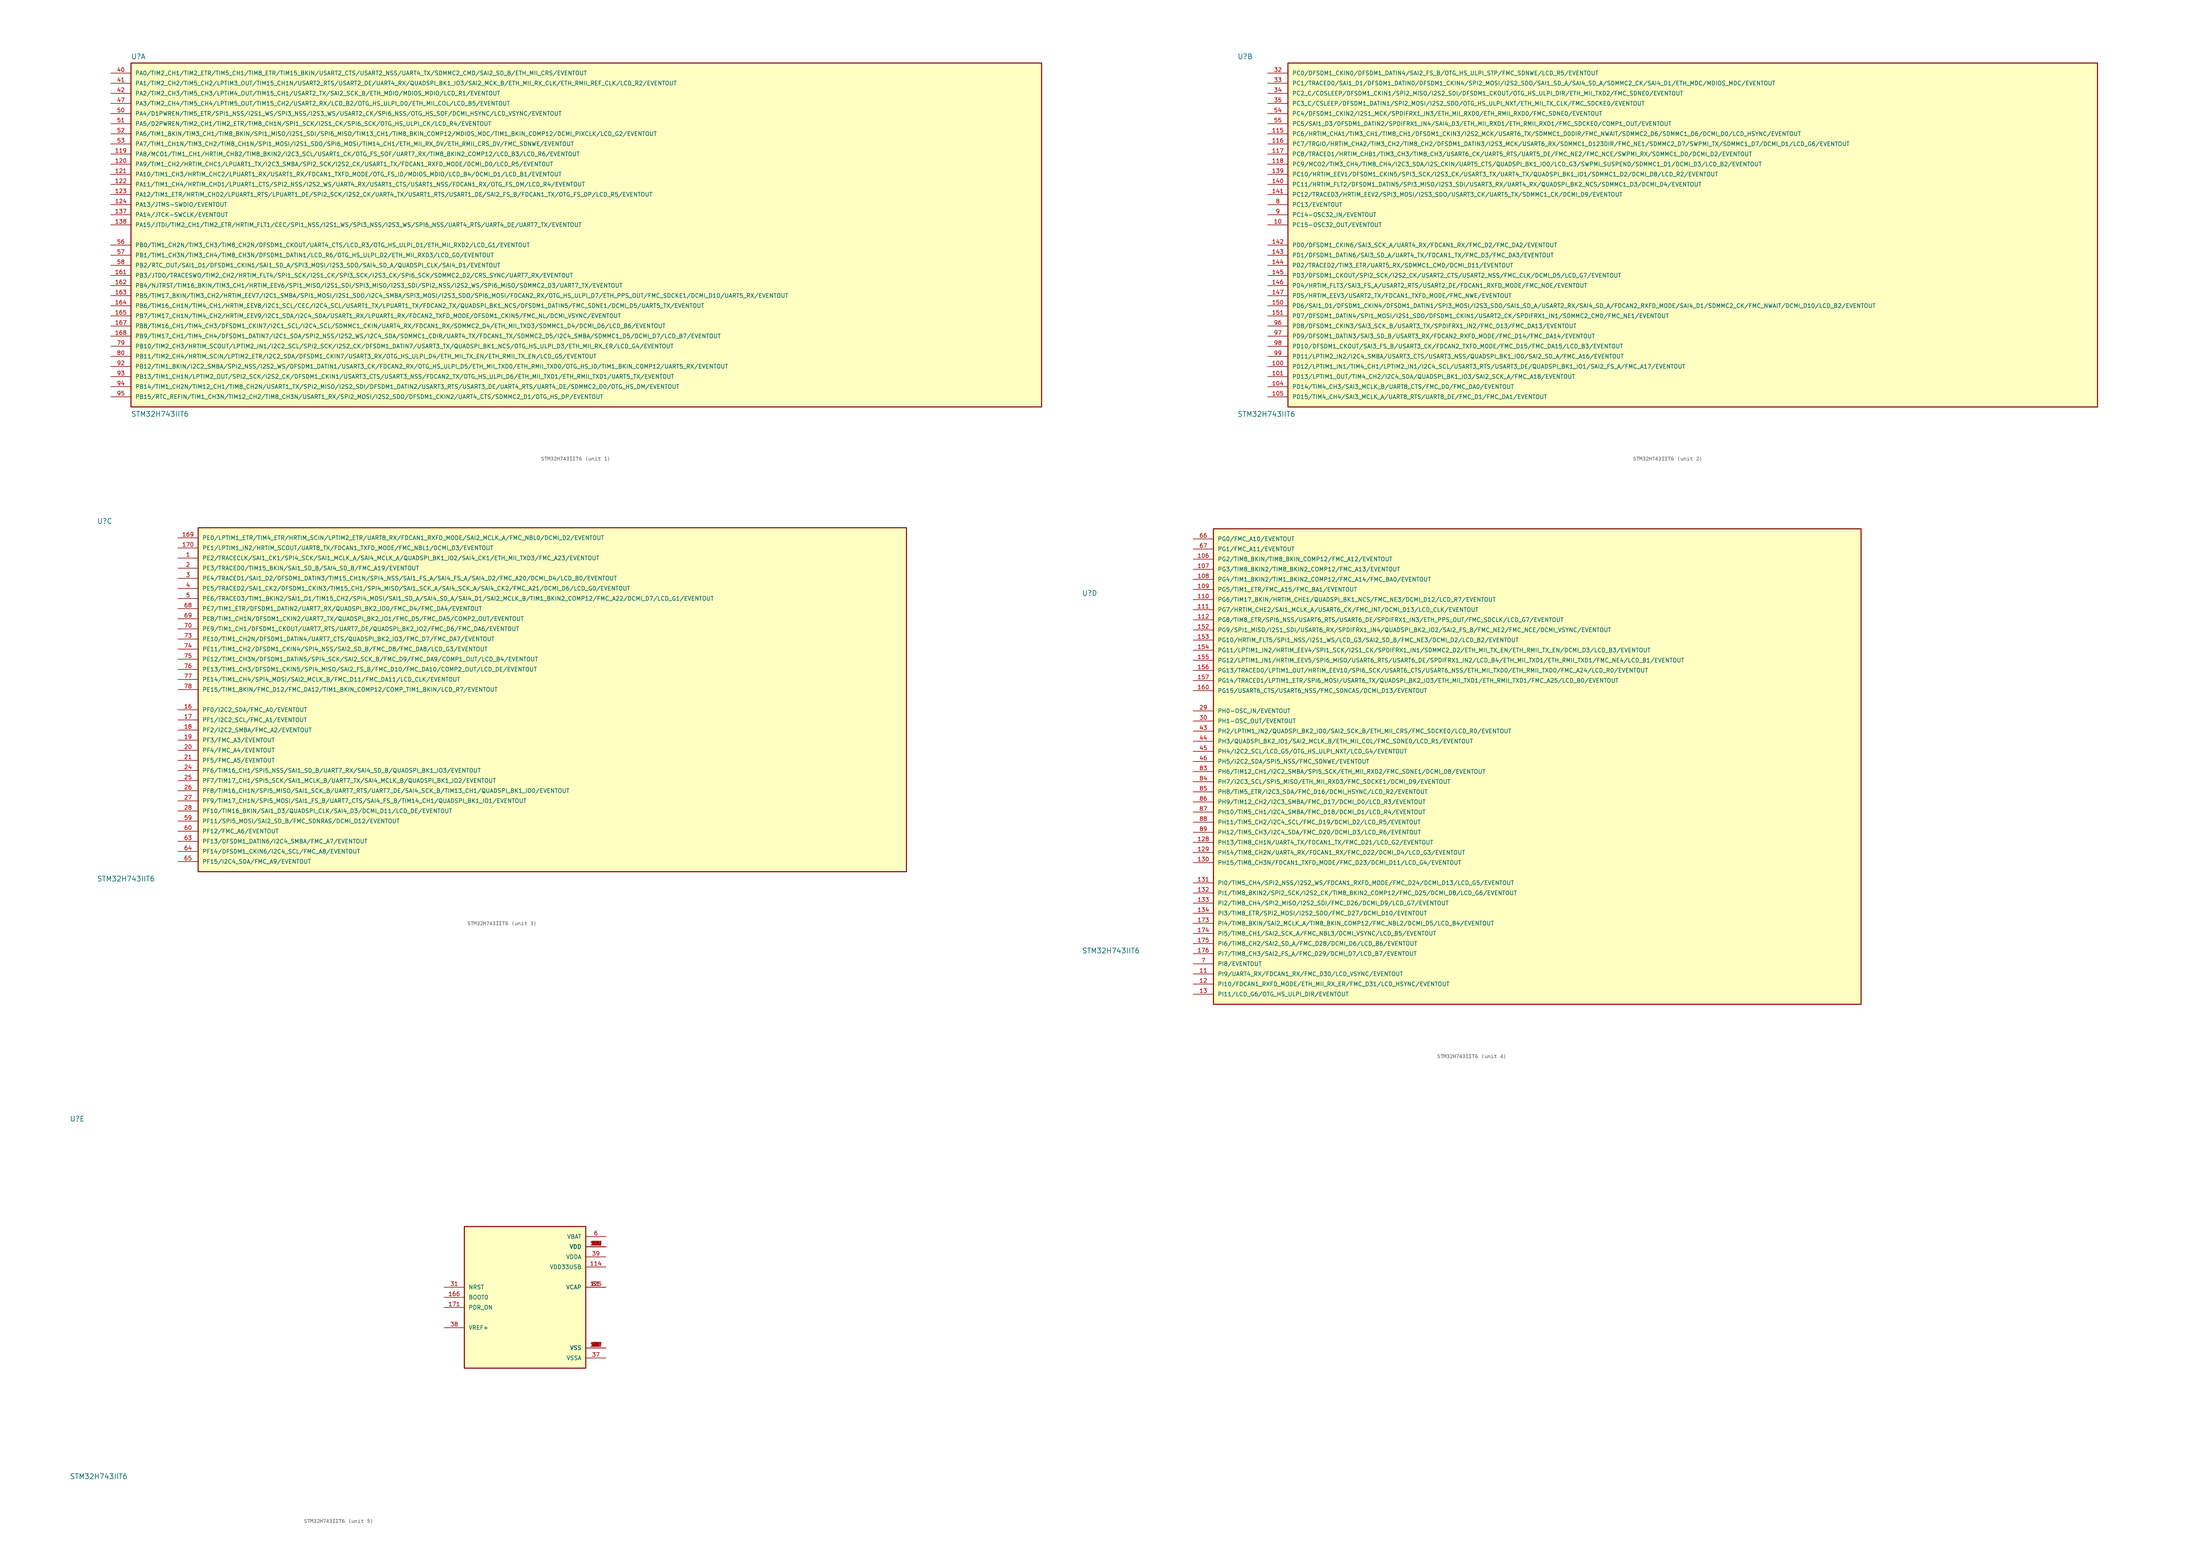
<source format=kicad_sym>
(kicad_symbol_lib
  (version 20211014)
  (generator kicad_symbol_editor)
  (symbol "STM32H743IIT6"
    (pin_names
      (offset 1.016))
    (property "Reference" "U"
      (at -114.3 44.069 0)
      (effects (font (size 1.27 1.27)) (justify bottom left)))
    (property "Value" "STM32H743IIT6"
      (at -114.3 -45.72 0)
      (effects (font (size 1.27 1.27)) (justify bottom left)))
    (symbol "STM32H743IIT6_1_0"
      (rectangle (start -114.3 -43.18) (end 114.3 43.18) (stroke (width 0.254)) (fill (type background)))
      (pin bidirectional line (at -119.38 40.64 0) (length 5.08) (name "PA0/TIM2_CH1/TIM2_ETR/TIM5_CH1/TIM8_ETR/TIM15_BKIN/USART2_CTS/USART2_NSS/UART4_TX/SDMMC2_CMD/SAI2_SD_B/ETH_MII_CRS/EVENTOUT" (effects (font (size 1.016 1.016)))) (number "40" (effects (font (size 1.016 1.016)))))
      (pin bidirectional line (at -119.38 38.1 0) (length 5.08) (name "PA1/TIM2_CH2/TIM5_CH2/LPTIM3_OUT/TIM15_CH1N/USART2_RTS/USART2_DE/UART4_RX/QUADSPI_BK1_IO3/SAI2_MCK_B/ETH_MII_RX_CLK/ETH_RMII_REF_CLK/LCD_R2/EVENTOUT" (effects (font (size 1.016 1.016)))) (number "41" (effects (font (size 1.016 1.016)))))
      (pin bidirectional line (at -119.38 35.56 0) (length 5.08) (name "PA2/TIM2_CH3/TIM5_CH3/LPTIM4_OUT/TIM15_CH1/USART2_TX/SAI2_SCK_B/ETH_MDIO/MDIOS_MDIO/LCD_R1/EVENTOUT" (effects (font (size 1.016 1.016)))) (number "42" (effects (font (size 1.016 1.016)))))
      (pin bidirectional line (at -119.38 33.02 0) (length 5.08) (name "PA3/TIM2_CH4/TIM5_CH4/LPTIM5_OUT/TIM15_CH2/USART2_RX/LCD_B2/OTG_HS_ULPI_D0/ETH_MII_COL/LCD_B5/EVENTOUT" (effects (font (size 1.016 1.016)))) (number "47" (effects (font (size 1.016 1.016)))))
      (pin bidirectional line (at -119.38 30.48 0) (length 5.08) (name "PA4/D1PWREN/TIM5_ETR/SPI1_NSS/I2S1_WS/SPI3_NSS/I2S3_WS/USART2_CK/SPI6_NSS/OTG_HS_SOF/DCMI_HSYNC/LCD_VSYNC/EVENTOUT" (effects (font (size 1.016 1.016)))) (number "50" (effects (font (size 1.016 1.016)))))
      (pin bidirectional line (at -119.38 27.94 0) (length 5.08) (name "PA5/D2PWREN/TIM2_CH1/TIM2_ETR/TIM8_CH1N/SPI1_SCK/I2S1_CK/SPI6_SCK/OTG_HS_ULPI_CK/LCD_R4/EVENTOUT" (effects (font (size 1.016 1.016)))) (number "51" (effects (font (size 1.016 1.016)))))
      (pin bidirectional line (at -119.38 25.4 0) (length 5.08) (name "PA6/TIM1_BKIN/TIM3_CH1/TIM8_BKIN/SPI1_MISO/I2S1_SDI/SPI6_MISO/TIM13_CH1/TIM8_BKIN_COMP12/MDIOS_MDC/TIM1_BKIN_COMP12/DCMI_PIXCLK/LCD_G2/EVENTOUT" (effects (font (size 1.016 1.016)))) (number "52" (effects (font (size 1.016 1.016)))))
      (pin bidirectional line (at -119.38 22.86 0) (length 5.08) (name "PA7/TIM1_CH1N/TIM3_CH2/TIM8_CH1N/SPI1_MOSI/I2S1_SDO/SPI6_MOSI/TIM14_CH1/ETH_MII_RX_DV/ETH_RMII_CRS_DV/FMC_SDNWE/EVENTOUT" (effects (font (size 1.016 1.016)))) (number "53" (effects (font (size 1.016 1.016)))))
      (pin bidirectional line (at -119.38 20.32 0) (length 5.08) (name "PA8/MCO1/TIM1_CH1/HRTIM_CHB2/TIM8_BKIN2/I2C3_SCL/USART1_CK/OTG_FS_SOF/UART7_RX/TIM8_BKIN2_COMP12/LCD_B3/LCD_R6/EVENTOUT" (effects (font (size 1.016 1.016)))) (number "119" (effects (font (size 1.016 1.016)))))
      (pin bidirectional line (at -119.38 17.78 0) (length 5.08) (name "PA9/TIM1_CH2/HRTIM_CHC1/LPUART1_TX/I2C3_SMBA/SPI2_SCK/I2S2_CK/USART1_TX/FDCAN1_RXFD_MODE/DCMI_D0/LCD_R5/EVENTOUT" (effects (font (size 1.016 1.016)))) (number "120" (effects (font (size 1.016 1.016)))))
      (pin bidirectional line (at -119.38 15.24 0) (length 5.08) (name "PA10/TIM1_CH3/HRTIM_CHC2/LPUART1_RX/USART1_RX/FDCAN1_TXFD_MODE/OTG_FS_ID/MDIOS_MDIO/LCD_B4/DCMI_D1/LCD_B1/EVENTOUT" (effects (font (size 1.016 1.016)))) (number "121" (effects (font (size 1.016 1.016)))))
      (pin bidirectional line (at -119.38 12.7 0) (length 5.08) (name "PA11/TIM1_CH4/HRTIM_CHD1/LPUART1_CTS/SPI2_NSS/I2S2_WS/UART4_RX/USART1_CTS/USART1_NSS/FDCAN1_RX/OTG_FS_DM/LCD_R4/EVENTOUT" (effects (font (size 1.016 1.016)))) (number "122" (effects (font (size 1.016 1.016)))))
      (pin bidirectional line (at -119.38 10.16 0) (length 5.08) (name "PA12/TIM1_ETR/HRTIM_CHD2/LPUART1_RTS/LPUART1_DE/SPI2_SCK/I2S2_CK/UART4_TX/USART1_RTS/USART1_DE/SAI2_FS_B/FDCAN1_TX/OTG_FS_DP/LCD_R5/EVENTOUT" (effects (font (size 1.016 1.016)))) (number "123" (effects (font (size 1.016 1.016)))))
      (pin bidirectional line (at -119.38 7.62 0) (length 5.08) (name "PA13/JTMS-SWDIO/EVENTOUT" (effects (font (size 1.016 1.016)))) (number "124" (effects (font (size 1.016 1.016)))))
      (pin bidirectional line (at -119.38 5.08 0) (length 5.08) (name "PA14/JTCK-SWCLK/EVENTOUT" (effects (font (size 1.016 1.016)))) (number "137" (effects (font (size 1.016 1.016)))))
      (pin bidirectional line (at -119.38 2.54 0) (length 5.08) (name "PA15/JTDI/TIM2_CH1/TIM2_ETR/HRTIM_FLT1/CEC/SPI1_NSS/I2S1_WS/SPI3_NSS/I2S3_WS/SPI6_NSS/UART4_RTS/UART4_DE/UART7_TX/EVENTOUT" (effects (font (size 1.016 1.016)))) (number "138" (effects (font (size 1.016 1.016)))))
      (pin bidirectional line (at -119.38 -2.54 0) (length 5.08) (name "PB0/TIM1_CH2N/TIM3_CH3/TIM8_CH2N/DFSDM1_CKOUT/UART4_CTS/LCD_R3/OTG_HS_ULPI_D1/ETH_MII_RXD2/LCD_G1/EVENTOUT" (effects (font (size 1.016 1.016)))) (number "56" (effects (font (size 1.016 1.016)))))
      (pin bidirectional line (at -119.38 -5.08 0) (length 5.08) (name "PB1/TIM1_CH3N/TIM3_CH4/TIM8_CH3N/DFSDM1_DATIN1/LCD_R6/OTG_HS_ULPI_D2/ETH_MII_RXD3/LCD_G0/EVENTOUT" (effects (font (size 1.016 1.016)))) (number "57" (effects (font (size 1.016 1.016)))))
      (pin bidirectional line (at -119.38 -7.62 0) (length 5.08) (name "PB2/RTC_OUT/SAI1_D1/DFSDM1_CKIN1/SAI1_SD_A/SPI3_MOSI/I2S3_SDO/SAI4_SD_A/QUADSPI_CLK/SAI4_D1/EVENTOUT" (effects (font (size 1.016 1.016)))) (number "58" (effects (font (size 1.016 1.016)))))
      (pin bidirectional line (at -119.38 -27.94 0) (length 5.08) (name "PB10/TIM2_CH3/HRTIM_SCOUT/LPTIM2_IN1/I2C2_SCL/SPI2_SCK/I2S2_CK/DFSDM1_DATIN7/USART3_TX/QUADSPI_BK1_NCS/OTG_HS_ULPI_D3/ETH_MII_RX_ER/LCD_G4/EVENTOUT" (effects (font (size 1.016 1.016)))) (number "79" (effects (font (size 1.016 1.016)))))
      (pin bidirectional line (at -119.38 -30.48 0) (length 5.08) (name "PB11/TIM2_CH4/HRTIM_SCIN/LPTIM2_ETR/I2C2_SDA/DFSDM1_CKIN7/USART3_RX/OTG_HS_ULPI_D4/ETH_MII_TX_EN/ETH_RMII_TX_EN/LCD_G5/EVENTOUT" (effects (font (size 1.016 1.016)))) (number "80" (effects (font (size 1.016 1.016)))))
      (pin bidirectional line (at -119.38 -33.02 0) (length 5.08) (name "PB12/TIM1_BKIN/I2C2_SMBA/SPI2_NSS/I2S2_WS/DFSDM1_DATIN1/USART3_CK/FDCAN2_RX/OTG_HS_ULPI_D5/ETH_MII_TXD0/ETH_RMII_TXD0/OTG_HS_ID/TIM1_BKIN_COMP12/UART5_RX/EVENTOUT" (effects (font (size 1.016 1.016)))) (number "92" (effects (font (size 1.016 1.016)))))
      (pin bidirectional line (at -119.38 -35.56 0) (length 5.08) (name "PB13/TIM1_CH1N/LPTIM2_OUT/SPI2_SCK/I2S2_CK/DFSDM1_CKIN1/USART3_CTS/USART3_NSS/FDCAN2_TX/OTG_HS_ULPI_D6/ETH_MII_TXD1/ETH_RMII_TXD1/UART5_TX/EVENTOUT" (effects (font (size 1.016 1.016)))) (number "93" (effects (font (size 1.016 1.016)))))
      (pin bidirectional line (at -119.38 -38.1 0) (length 5.08) (name "PB14/TIM1_CH2N/TIM12_CH1/TIM8_CH2N/USART1_TX/SPI2_MISO/I2S2_SDI/DFSDM1_DATIN2/USART3_RTS/USART3_DE/UART4_RTS/UART4_DE/SDMMC2_D0/OTG_HS_DM/EVENTOUT" (effects (font (size 1.016 1.016)))) (number "94" (effects (font (size 1.016 1.016)))))
      (pin bidirectional line (at -119.38 -40.64 0) (length 5.08) (name "PB15/RTC_REFIN/TIM1_CH3N/TIM12_CH2/TIM8_CH3N/USART1_RX/SPI2_MOSI/I2S2_SDO/DFSDM1_CKIN2/UART4_CTS/SDMMC2_D1/OTG_HS_DP/EVENTOUT" (effects (font (size 1.016 1.016)))) (number "95" (effects (font (size 1.016 1.016)))))
      (pin bidirectional line (at -119.38 -15.24 0) (length 5.08) (name "PB5/TIM17_BKIN/TIM3_CH2/HRTIM_EEV7/I2C1_SMBA/SPI1_MOSI/I2S1_SDO/I2C4_SMBA/SPI3_MOSI/I2S3_SDO/SPI6_MOSI/FDCAN2_RX/OTG_HS_ULPI_D7/ETH_PPS_OUT/FMC_SDCKE1/DCMI_D10/UART5_RX/EVENTOUT" (effects (font (size 1.016 1.016)))) (number "163" (effects (font (size 1.016 1.016)))))
      (pin bidirectional line (at -119.38 -17.78 0) (length 5.08) (name "PB6/TIM16_CH1N/TIM4_CH1/HRTIM_EEV8/I2C1_SCL/CEC/I2C4_SCL/USART1_TX/LPUART1_TX/FDCAN2_TX/QUADSPI_BK1_NCS/DFSDM1_DATIN5/FMC_SDNE1/DCMI_D5/UART5_TX/EVENTOUT" (effects (font (size 1.016 1.016)))) (number "164" (effects (font (size 1.016 1.016)))))
      (pin bidirectional line (at -119.38 -20.32 0) (length 5.08) (name "PB7/TIM17_CH1N/TIM4_CH2/HRTIM_EEV9/I2C1_SDA/I2C4_SDA/USART1_RX/LPUART1_RX/FDCAN2_TXFD_MODE/DFSDM1_CKIN5/FMC_NL/DCMI_VSYNC/EVENTOUT" (effects (font (size 1.016 1.016)))) (number "165" (effects (font (size 1.016 1.016)))))
      (pin bidirectional line (at -119.38 -22.86 0) (length 5.08) (name "PB8/TIM16_CH1/TIM4_CH3/DFSDM1_CKIN7/I2C1_SCL/I2C4_SCL/SDMMC1_CKIN/UART4_RX/FDCAN1_RX/SDMMC2_D4/ETH_MII_TXD3/SDMMC1_D4/DCMI_D6/LCD_B6/EVENTOUT" (effects (font (size 1.016 1.016)))) (number "167" (effects (font (size 1.016 1.016)))))
      (pin bidirectional line (at -119.38 -25.4 0) (length 5.08) (name "PB9/TIM17_CH1/TIM4_CH4/DFSDM1_DATIN7/I2C1_SDA/SPI2_NSS/I2S2_WS/I2C4_SDA/SDMMC1_CDIR/UART4_TX/FDCAN1_TX/SDMMC2_D5/I2C4_SMBA/SDMMC1_D5/DCMI_D7/LCD_B7/EVENTOUT" (effects (font (size 1.016 1.016)))) (number "168" (effects (font (size 1.016 1.016)))))
      (pin bidirectional line (at -119.38 -10.16 0) (length 5.08) (name "PB3/JTDO/TRACESWO/TIM2_CH2/HRTIM_FLT4/SPI1_SCK/I2S1_CK/SPI3_SCK/I2S3_CK/SPI6_SCK/SDMMC2_D2/CRS_SYNC/UART7_RX/EVENTOUT" (effects (font (size 1.016 1.016)))) (number "161" (effects (font (size 1.016 1.016)))))
      (pin bidirectional line (at -119.38 -12.7 0) (length 5.08) (name "PB4/NJTRST/TIM16_BKIN/TIM3_CH1/HRTIM_EEV6/SPI1_MISO/I2S1_SDI/SPI3_MISO/I2S3_SDI/SPI2_NSS/I2S2_WS/SPI6_MISO/SDMMC2_D3/UART7_TX/EVENTOUT" (effects (font (size 1.016 1.016)))) (number "162" (effects (font (size 1.016 1.016))))))
    (symbol "STM32H743IIT6_2_0"
      (rectangle (start -101.6 -43.18) (end 101.6 43.18) (stroke (width 0.254)) (fill (type background)))
      (pin bidirectional line (at -106.68 7.62 0) (length 5.08) (name "PC13/EVENTOUT" (effects (font (size 1.016 1.016)))) (number "8" (effects (font (size 1.016 1.016)))))
      (pin bidirectional line (at -106.68 5.08 0) (length 5.08) (name "PC14-OSC32_IN/EVENTOUT" (effects (font (size 1.016 1.016)))) (number "9" (effects (font (size 1.016 1.016)))))
      (pin bidirectional line (at -106.68 2.54 0) (length 5.08) (name "PC15-OSC32_OUT/EVENTOUT" (effects (font (size 1.016 1.016)))) (number "10" (effects (font (size 1.016 1.016)))))
      (pin bidirectional line (at -106.68 40.64 0) (length 5.08) (name "PC0/DFSDM1_CKIN0/DFSDM1_DATIN4/SAI2_FS_B/OTG_HS_ULPI_STP/FMC_SDNWE/LCD_R5/EVENTOUT" (effects (font (size 1.016 1.016)))) (number "32" (effects (font (size 1.016 1.016)))))
      (pin bidirectional line (at -106.68 38.1 0) (length 5.08) (name "PC1/TRACED0/SAI1_D1/DFSDM1_DATIN0/DFSDM1_CKIN4/SPI2_MOSI/I2S2_SDO/SAI1_SD_A/SAI4_SD_A/SDMMC2_CK/SAI4_D1/ETH_MDC/MDIOS_MDC/EVENTOUT" (effects (font (size 1.016 1.016)))) (number "33" (effects (font (size 1.016 1.016)))))
      (pin bidirectional line (at -106.68 35.56 0) (length 5.08) (name "PC2_C/CDSLEEP/DFSDM1_CKIN1/SPI2_MISO/I2S2_SDI/DFSDM1_CKOUT/OTG_HS_ULPI_DIR/ETH_MII_TXD2/FMC_SDNE0/EVENTOUT" (effects (font (size 1.016 1.016)))) (number "34" (effects (font (size 1.016 1.016)))))
      (pin bidirectional line (at -106.68 33.02 0) (length 5.08) (name "PC3_C/CSLEEP/DFSDM1_DATIN1/SPI2_MOSI/I2S2_SDO/OTG_HS_ULPI_NXT/ETH_MII_TX_CLK/FMC_SDCKE0/EVENTOUT" (effects (font (size 1.016 1.016)))) (number "35" (effects (font (size 1.016 1.016)))))
      (pin bidirectional line (at -106.68 30.48 0) (length 5.08) (name "PC4/DFSDM1_CKIN2/I2S1_MCK/SPDIFRX1_IN3/ETH_MII_RXD0/ETH_RMII_RXD0/FMC_SDNE0/EVENTOUT" (effects (font (size 1.016 1.016)))) (number "54" (effects (font (size 1.016 1.016)))))
      (pin bidirectional line (at -106.68 27.94 0) (length 5.08) (name "PC5/SAI1_D3/DFSDM1_DATIN2/SPDIFRX1_IN4/SAI4_D3/ETH_MII_RXD1/ETH_RMII_RXD1/FMC_SDCKE0/COMP1_OUT/EVENTOUT" (effects (font (size 1.016 1.016)))) (number "55" (effects (font (size 1.016 1.016)))))
      (pin bidirectional line (at -106.68 25.4 0) (length 5.08) (name "PC6/HRTIM_CHA1/TIM3_CH1/TIM8_CH1/DFSDM1_CKIN3/I2S2_MCK/USART6_TX/SDMMC1_D0DIR/FMC_NWAIT/SDMMC2_D6/SDMMC1_D6/DCMI_D0/LCD_HSYNC/EVENTOUT" (effects (font (size 1.016 1.016)))) (number "115" (effects (font (size 1.016 1.016)))))
      (pin bidirectional line (at -106.68 22.86 0) (length 5.08) (name "PC7/TRGIO/HRTIM_CHA2/TIM3_CH2/TIM8_CH2/DFSDM1_DATIN3/I2S3_MCK/USART6_RX/SDMMC1_D123DIR/FMC_NE1/SDMMC2_D7/SWPMI_TX/SDMMC1_D7/DCMI_D1/LCD_G6/EVENTOUT" (effects (font (size 1.016 1.016)))) (number "116" (effects (font (size 1.016 1.016)))))
      (pin bidirectional line (at -106.68 20.32 0) (length 5.08) (name "PC8/TRACED1/HRTIM_CHB1/TIM3_CH3/TIM8_CH3/USART6_CK/UART5_RTS/UART5_DE/FMC_NE2/FMC_NCE/SWPMI_RX/SDMMC1_D0/DCMI_D2/EVENTOUT" (effects (font (size 1.016 1.016)))) (number "117" (effects (font (size 1.016 1.016)))))
      (pin bidirectional line (at -106.68 17.78 0) (length 5.08) (name "PC9/MCO2/TIM3_CH4/TIM8_CH4/I2C3_SDA/I2S_CKIN/UART5_CTS/QUADSPI_BK1_IO0/LCD_G3/SWPMI_SUSPEND/SDMMC1_D1/DCMI_D3/LCD_B2/EVENTOUT" (effects (font (size 1.016 1.016)))) (number "118" (effects (font (size 1.016 1.016)))))
      (pin bidirectional line (at -106.68 15.24 0) (length 5.08) (name "PC10/HRTIM_EEV1/DFSDM1_CKIN5/SPI3_SCK/I2S3_CK/USART3_TX/UART4_TX/QUADSPI_BK1_IO1/SDMMC1_D2/DCMI_D8/LCD_R2/EVENTOUT" (effects (font (size 1.016 1.016)))) (number "139" (effects (font (size 1.016 1.016)))))
      (pin bidirectional line (at -106.68 12.7 0) (length 5.08) (name "PC11/HRTIM_FLT2/DFSDM1_DATIN5/SPI3_MISO/I2S3_SDI/USART3_RX/UART4_RX/QUADSPI_BK2_NCS/SDMMC1_D3/DCMI_D4/EVENTOUT" (effects (font (size 1.016 1.016)))) (number "140" (effects (font (size 1.016 1.016)))))
      (pin bidirectional line (at -106.68 10.16 0) (length 5.08) (name "PC12/TRACED3/HRTIM_EEV2/SPI3_MOSI/I2S3_SDO/USART3_CK/UART5_TX/SDMMC1_CK/DCMI_D9/EVENTOUT" (effects (font (size 1.016 1.016)))) (number "141" (effects (font (size 1.016 1.016)))))
      (pin bidirectional line (at -106.68 -22.86 0) (length 5.08) (name "PD8/DFSDM1_CKIN3/SAI3_SCK_B/USART3_TX/SPDIFRX1_IN2/FMC_D13/FMC_DA13/EVENTOUT" (effects (font (size 1.016 1.016)))) (number "96" (effects (font (size 1.016 1.016)))))
      (pin bidirectional line (at -106.68 -25.4 0) (length 5.08) (name "PD9/DFSDM1_DATIN3/SAI3_SD_B/USART3_RX/FDCAN2_RXFD_MODE/FMC_D14/FMC_DA14/EVENTOUT" (effects (font (size 1.016 1.016)))) (number "97" (effects (font (size 1.016 1.016)))))
      (pin bidirectional line (at -106.68 -27.94 0) (length 5.08) (name "PD10/DFSDM1_CKOUT/SAI3_FS_B/USART3_CK/FDCAN2_TXFD_MODE/FMC_D15/FMC_DA15/LCD_B3/EVENTOUT" (effects (font (size 1.016 1.016)))) (number "98" (effects (font (size 1.016 1.016)))))
      (pin bidirectional line (at -106.68 -30.48 0) (length 5.08) (name "PD11/LPTIM2_IN2/I2C4_SMBA/USART3_CTS/USART3_NSS/QUADSPI_BK1_IO0/SAI2_SD_A/FMC_A16/EVENTOUT" (effects (font (size 1.016 1.016)))) (number "99" (effects (font (size 1.016 1.016)))))
      (pin bidirectional line (at -106.68 -33.02 0) (length 5.08) (name "PD12/LPTIM1_IN1/TIM4_CH1/LPTIM2_IN1/I2C4_SCL/USART3_RTS/USART3_DE/QUADSPI_BK1_IO1/SAI2_FS_A/FMC_A17/EVENTOUT" (effects (font (size 1.016 1.016)))) (number "100" (effects (font (size 1.016 1.016)))))
      (pin bidirectional line (at -106.68 -35.56 0) (length 5.08) (name "PD13/LPTIM1_OUT/TIM4_CH2/I2C4_SDA/QUADSPI_BK1_IO3/SAI2_SCK_A/FMC_A18/EVENTOUT" (effects (font (size 1.016 1.016)))) (number "101" (effects (font (size 1.016 1.016)))))
      (pin bidirectional line (at -106.68 -38.1 0) (length 5.08) (name "PD14/TIM4_CH3/SAI3_MCLK_B/UART8_CTS/FMC_D0/FMC_DA0/EVENTOUT" (effects (font (size 1.016 1.016)))) (number "104" (effects (font (size 1.016 1.016)))))
      (pin bidirectional line (at -106.68 -40.64 0) (length 5.08) (name "PD15/TIM4_CH4/SAI3_MCLK_A/UART8_RTS/UART8_DE/FMC_D1/FMC_DA1/EVENTOUT" (effects (font (size 1.016 1.016)))) (number "105" (effects (font (size 1.016 1.016)))))
      (pin bidirectional line (at -106.68 -2.54 0) (length 5.08) (name "PD0/DFSDM1_CKIN6/SAI3_SCK_A/UART4_RX/FDCAN1_RX/FMC_D2/FMC_DA2/EVENTOUT" (effects (font (size 1.016 1.016)))) (number "142" (effects (font (size 1.016 1.016)))))
      (pin bidirectional line (at -106.68 -5.08 0) (length 5.08) (name "PD1/DFSDM1_DATIN6/SAI3_SD_A/UART4_TX/FDCAN1_TX/FMC_D3/FMC_DA3/EVENTOUT" (effects (font (size 1.016 1.016)))) (number "143" (effects (font (size 1.016 1.016)))))
      (pin bidirectional line (at -106.68 -7.62 0) (length 5.08) (name "PD2/TRACED2/TIM3_ETR/UART5_RX/SDMMC1_CMD/DCMI_D11/EVENTOUT" (effects (font (size 1.016 1.016)))) (number "144" (effects (font (size 1.016 1.016)))))
      (pin bidirectional line (at -106.68 -10.16 0) (length 5.08) (name "PD3/DFSDM1_CKOUT/SPI2_SCK/I2S2_CK/USART2_CTS/USART2_NSS/FMC_CLK/DCMI_D5/LCD_G7/EVENTOUT" (effects (font (size 1.016 1.016)))) (number "145" (effects (font (size 1.016 1.016)))))
      (pin bidirectional line (at -106.68 -12.7 0) (length 5.08) (name "PD4/HRTIM_FLT3/SAI3_FS_A/USART2_RTS/USART2_DE/FDCAN1_RXFD_MODE/FMC_NOE/EVENTOUT" (effects (font (size 1.016 1.016)))) (number "146" (effects (font (size 1.016 1.016)))))
      (pin bidirectional line (at -106.68 -15.24 0) (length 5.08) (name "PD5/HRTIM_EEV3/USART2_TX/FDCAN1_TXFD_MODE/FMC_NWE/EVENTOUT" (effects (font (size 1.016 1.016)))) (number "147" (effects (font (size 1.016 1.016)))))
      (pin bidirectional line (at -106.68 -17.78 0) (length 5.08) (name "PD6/SAI1_D1/DFSDM1_CKIN4/DFSDM1_DATIN1/SPI3_MOSI/I2S3_SDO/SAI1_SD_A/USART2_RX/SAI4_SD_A/FDCAN2_RXFD_MODE/SAI4_D1/SDMMC2_CK/FMC_NWAIT/DCMI_D10/LCD_B2/EVENTOUT" (effects (font (size 1.016 1.016)))) (number "150" (effects (font (size 1.016 1.016)))))
      (pin bidirectional line (at -106.68 -20.32 0) (length 5.08) (name "PD7/DFSDM1_DATIN4/SPI1_MOSI/I2S1_SDO/DFSDM1_CKIN1/USART2_CK/SPDIFRX1_IN1/SDMMC2_CMD/FMC_NE1/EVENTOUT" (effects (font (size 1.016 1.016)))) (number "151" (effects (font (size 1.016 1.016))))))
    (symbol "STM32H743IIT6_3_0"
      (rectangle (start -88.9 -43.18) (end 88.9 43.18) (stroke (width 0.254)) (fill (type background)))
      (pin bidirectional line (at -93.98 35.56 0) (length 5.08) (name "PE2/TRACECLK/SAI1_CK1/SPI4_SCK/SAI1_MCLK_A/SAI4_MCLK_A/QUADSPI_BK1_IO2/SAI4_CK1/ETH_MII_TXD3/FMC_A23/EVENTOUT" (effects (font (size 1.016 1.016)))) (number "1" (effects (font (size 1.016 1.016)))))
      (pin bidirectional line (at -93.98 33.02 0) (length 5.08) (name "PE3/TRACED0/TIM15_BKIN/SAI1_SD_B/SAI4_SD_B/FMC_A19/EVENTOUT" (effects (font (size 1.016 1.016)))) (number "2" (effects (font (size 1.016 1.016)))))
      (pin bidirectional line (at -93.98 30.48 0) (length 5.08) (name "PE4/TRACED1/SAI1_D2/DFSDM1_DATIN3/TIM15_CH1N/SPI4_NSS/SAI1_FS_A/SAI4_FS_A/SAI4_D2/FMC_A20/DCMI_D4/LCD_B0/EVENTOUT" (effects (font (size 1.016 1.016)))) (number "3" (effects (font (size 1.016 1.016)))))
      (pin bidirectional line (at -93.98 27.94 0) (length 5.08) (name "PE5/TRACED2/SAI1_CK2/DFSDM1_CKIN3/TIM15_CH1/SPI4_MISO/SAI1_SCK_A/SAI4_SCK_A/SAI4_CK2/FMC_A21/DCMI_D6/LCD_G0/EVENTOUT" (effects (font (size 1.016 1.016)))) (number "4" (effects (font (size 1.016 1.016)))))
      (pin bidirectional line (at -93.98 25.4 0) (length 5.08) (name "PE6/TRACED3/TIM1_BKIN2/SAI1_D1/TIM15_CH2/SPI4_MOSI/SAI1_SD_A/SAI4_SD_A/SAI4_D1/SAI2_MCLK_B/TIM1_BKIN2_COMP12/FMC_A22/DCMI_D7/LCD_G1/EVENTOUT" (effects (font (size 1.016 1.016)))) (number "5" (effects (font (size 1.016 1.016)))))
      (pin bidirectional line (at -93.98 22.86 0) (length 5.08) (name "PE7/TIM1_ETR/DFSDM1_DATIN2/UART7_RX/QUADSPI_BK2_IO0/FMC_D4/FMC_DA4/EVENTOUT" (effects (font (size 1.016 1.016)))) (number "68" (effects (font (size 1.016 1.016)))))
      (pin bidirectional line (at -93.98 20.32 0) (length 5.08) (name "PE8/TIM1_CH1N/DFSDM1_CKIN2/UART7_TX/QUADSPI_BK2_IO1/FMC_D5/FMC_DA5/COMP2_OUT/EVENTOUT" (effects (font (size 1.016 1.016)))) (number "69" (effects (font (size 1.016 1.016)))))
      (pin bidirectional line (at -93.98 17.78 0) (length 5.08) (name "PE9/TIM1_CH1/DFSDM1_CKOUT/UART7_RTS/UART7_DE/QUADSPI_BK2_IO2/FMC_D6/FMC_DA6/EVENTOUT" (effects (font (size 1.016 1.016)))) (number "70" (effects (font (size 1.016 1.016)))))
      (pin bidirectional line (at -93.98 15.24 0) (length 5.08) (name "PE10/TIM1_CH2N/DFSDM1_DATIN4/UART7_CTS/QUADSPI_BK2_IO3/FMC_D7/FMC_DA7/EVENTOUT" (effects (font (size 1.016 1.016)))) (number "73" (effects (font (size 1.016 1.016)))))
      (pin bidirectional line (at -93.98 12.7 0) (length 5.08) (name "PE11/TIM1_CH2/DFSDM1_CKIN4/SPI4_NSS/SAI2_SD_B/FMC_D8/FMC_DA8/LCD_G3/EVENTOUT" (effects (font (size 1.016 1.016)))) (number "74" (effects (font (size 1.016 1.016)))))
      (pin bidirectional line (at -93.98 10.16 0) (length 5.08) (name "PE12/TIM1_CH3N/DFSDM1_DATIN5/SPI4_SCK/SAI2_SCK_B/FMC_D9/FMC_DA9/COMP1_OUT/LCD_B4/EVENTOUT" (effects (font (size 1.016 1.016)))) (number "75" (effects (font (size 1.016 1.016)))))
      (pin bidirectional line (at -93.98 7.62 0) (length 5.08) (name "PE13/TIM1_CH3/DFSDM1_CKIN5/SPI4_MISO/SAI2_FS_B/FMC_D10/FMC_DA10/COMP2_OUT/LCD_DE/EVENTOUT" (effects (font (size 1.016 1.016)))) (number "76" (effects (font (size 1.016 1.016)))))
      (pin bidirectional line (at -93.98 5.08 0) (length 5.08) (name "PE14/TIM1_CH4/SPI4_MOSI/SAI2_MCLK_B/FMC_D11/FMC_DA11/LCD_CLK/EVENTOUT" (effects (font (size 1.016 1.016)))) (number "77" (effects (font (size 1.016 1.016)))))
      (pin bidirectional line (at -93.98 2.54 0) (length 5.08) (name "PE15/TIM1_BKIN/FMC_D12/FMC_DA12/TIM1_BKIN_COMP12/COMP_TIM1_BKIN/LCD_R7/EVENTOUT" (effects (font (size 1.016 1.016)))) (number "78" (effects (font (size 1.016 1.016)))))
      (pin bidirectional line (at -93.98 40.64 0) (length 5.08) (name "PE0/LPTIM1_ETR/TIM4_ETR/HRTIM_SCIN/LPTIM2_ETR/UART8_RX/FDCAN1_RXFD_MODE/SAI2_MCLK_A/FMC_NBL0/DCMI_D2/EVENTOUT" (effects (font (size 1.016 1.016)))) (number "169" (effects (font (size 1.016 1.016)))))
      (pin bidirectional line (at -93.98 38.1 0) (length 5.08) (name "PE1/LPTIM1_IN2/HRTIM_SCOUT/UART8_TX/FDCAN1_TXFD_MODE/FMC_NBL1/DCMI_D3/EVENTOUT" (effects (font (size 1.016 1.016)))) (number "170" (effects (font (size 1.016 1.016)))))
      (pin bidirectional line (at -93.98 -2.54 0) (length 5.08) (name "PF0/I2C2_SDA/FMC_A0/EVENTOUT" (effects (font (size 1.016 1.016)))) (number "16" (effects (font (size 1.016 1.016)))))
      (pin bidirectional line (at -93.98 -5.08 0) (length 5.08) (name "PF1/I2C2_SCL/FMC_A1/EVENTOUT" (effects (font (size 1.016 1.016)))) (number "17" (effects (font (size 1.016 1.016)))))
      (pin bidirectional line (at -93.98 -7.62 0) (length 5.08) (name "PF2/I2C2_SMBA/FMC_A2/EVENTOUT" (effects (font (size 1.016 1.016)))) (number "18" (effects (font (size 1.016 1.016)))))
      (pin bidirectional line (at -93.98 -10.16 0) (length 5.08) (name "PF3/FMC_A3/EVENTOUT" (effects (font (size 1.016 1.016)))) (number "19" (effects (font (size 1.016 1.016)))))
      (pin bidirectional line (at -93.98 -12.7 0) (length 5.08) (name "PF4/FMC_A4/EVENTOUT" (effects (font (size 1.016 1.016)))) (number "20" (effects (font (size 1.016 1.016)))))
      (pin bidirectional line (at -93.98 -15.24 0) (length 5.08) (name "PF5/FMC_A5/EVENTOUT" (effects (font (size 1.016 1.016)))) (number "21" (effects (font (size 1.016 1.016)))))
      (pin bidirectional line (at -93.98 -17.78 0) (length 5.08) (name "PF6/TIM16_CH1/SPI5_NSS/SAI1_SD_B/UART7_RX/SAI4_SD_B/QUADSPI_BK1_IO3/EVENTOUT" (effects (font (size 1.016 1.016)))) (number "24" (effects (font (size 1.016 1.016)))))
      (pin bidirectional line (at -93.98 -20.32 0) (length 5.08) (name "PF7/TIM17_CH1/SPI5_SCK/SAI1_MCLK_B/UART7_TX/SAI4_MCLK_B/QUADSPI_BK1_IO2/EVENTOUT" (effects (font (size 1.016 1.016)))) (number "25" (effects (font (size 1.016 1.016)))))
      (pin bidirectional line (at -93.98 -22.86 0) (length 5.08) (name "PF8/TIM16_CH1N/SPI5_MISO/SAI1_SCK_B/UART7_RTS/UART7_DE/SAI4_SCK_B/TIM13_CH1/QUADSPI_BK1_IO0/EVENTOUT" (effects (font (size 1.016 1.016)))) (number "26" (effects (font (size 1.016 1.016)))))
      (pin bidirectional line (at -93.98 -25.4 0) (length 5.08) (name "PF9/TIM17_CH1N/SPI5_MOSI/SAI1_FS_B/UART7_CTS/SAI4_FS_B/TIM14_CH1/QUADSPI_BK1_IO1/EVENTOUT" (effects (font (size 1.016 1.016)))) (number "27" (effects (font (size 1.016 1.016)))))
      (pin bidirectional line (at -93.98 -27.94 0) (length 5.08) (name "PF10/TIM16_BKIN/SAI1_D3/QUADSPI_CLK/SAI4_D3/DCMI_D11/LCD_DE/EVENTOUT" (effects (font (size 1.016 1.016)))) (number "28" (effects (font (size 1.016 1.016)))))
      (pin bidirectional line (at -93.98 -30.48 0) (length 5.08) (name "PF11/SPI5_MOSI/SAI2_SD_B/FMC_SDNRAS/DCMI_D12/EVENTOUT" (effects (font (size 1.016 1.016)))) (number "59" (effects (font (size 1.016 1.016)))))
      (pin bidirectional line (at -93.98 -33.02 0) (length 5.08) (name "PF12/FMC_A6/EVENTOUT" (effects (font (size 1.016 1.016)))) (number "60" (effects (font (size 1.016 1.016)))))
      (pin bidirectional line (at -93.98 -35.56 0) (length 5.08) (name "PF13/DFSDM1_DATIN6/I2C4_SMBA/FMC_A7/EVENTOUT" (effects (font (size 1.016 1.016)))) (number "63" (effects (font (size 1.016 1.016)))))
      (pin bidirectional line (at -93.98 -38.1 0) (length 5.08) (name "PF14/DFSDM1_CKIN6/I2C4_SCL/FMC_A8/EVENTOUT" (effects (font (size 1.016 1.016)))) (number "64" (effects (font (size 1.016 1.016)))))
      (pin bidirectional line (at -93.98 -40.64 0) (length 5.08) (name "PF15/I2C4_SDA/FMC_A9/EVENTOUT" (effects (font (size 1.016 1.016)))) (number "65" (effects (font (size 1.016 1.016))))))
    (symbol "STM32H743IIT6_4_0"
      (rectangle (start -81.28 -58.42) (end 81.28 60.96) (stroke (width 0.254)) (fill (type background)))
      (pin bidirectional line (at -86.36 58.42 0) (length 5.08) (name "PG0/FMC_A10/EVENTOUT" (effects (font (size 1.016 1.016)))) (number "66" (effects (font (size 1.016 1.016)))))
      (pin bidirectional line (at -86.36 55.88 0) (length 5.08) (name "PG1/FMC_A11/EVENTOUT" (effects (font (size 1.016 1.016)))) (number "67" (effects (font (size 1.016 1.016)))))
      (pin bidirectional line (at -86.36 53.34 0) (length 5.08) (name "PG2/TIM8_BKIN/TIM8_BKIN_COMP12/FMC_A12/EVENTOUT" (effects (font (size 1.016 1.016)))) (number "106" (effects (font (size 1.016 1.016)))))
      (pin bidirectional line (at -86.36 50.8 0) (length 5.08) (name "PG3/TIM8_BKIN2/TIM8_BKIN2_COMP12/FMC_A13/EVENTOUT" (effects (font (size 1.016 1.016)))) (number "107" (effects (font (size 1.016 1.016)))))
      (pin bidirectional line (at -86.36 48.26 0) (length 5.08) (name "PG4/TIM1_BKIN2/TIM1_BKIN2_COMP12/FMC_A14/FMC_BA0/EVENTOUT" (effects (font (size 1.016 1.016)))) (number "108" (effects (font (size 1.016 1.016)))))
      (pin bidirectional line (at -86.36 45.72 0) (length 5.08) (name "PG5/TIM1_ETR/FMC_A15/FMC_BA1/EVENTOUT" (effects (font (size 1.016 1.016)))) (number "109" (effects (font (size 1.016 1.016)))))
      (pin bidirectional line (at -86.36 43.18 0) (length 5.08) (name "PG6/TIM17_BKIN/HRTIM_CHE1/QUADSPI_BK1_NCS/FMC_NE3/DCMI_D12/LCD_R7/EVENTOUT" (effects (font (size 1.016 1.016)))) (number "110" (effects (font (size 1.016 1.016)))))
      (pin bidirectional line (at -86.36 40.64 0) (length 5.08) (name "PG7/HRTIM_CHE2/SAI1_MCLK_A/USART6_CK/FMC_INT/DCMI_D13/LCD_CLK/EVENTOUT" (effects (font (size 1.016 1.016)))) (number "111" (effects (font (size 1.016 1.016)))))
      (pin bidirectional line (at -86.36 38.1 0) (length 5.08) (name "PG8/TIM8_ETR/SPI6_NSS/USART6_RTS/USART6_DE/SPDIFRX1_IN3/ETH_PPS_OUT/FMC_SDCLK/LCD_G7/EVENTOUT" (effects (font (size 1.016 1.016)))) (number "112" (effects (font (size 1.016 1.016)))))
      (pin bidirectional line (at -86.36 35.56 0) (length 5.08) (name "PG9/SPI1_MISO/I2S1_SDI/USART6_RX/SPDIFRX1_IN4/QUADSPI_BK2_IO2/SAI2_FS_B/FMC_NE2/FMC_NCE/DCMI_VSYNC/EVENTOUT" (effects (font (size 1.016 1.016)))) (number "152" (effects (font (size 1.016 1.016)))))
      (pin bidirectional line (at -86.36 33.02 0) (length 5.08) (name "PG10/HRTIM_FLT5/SPI1_NSS/I2S1_WS/LCD_G3/SAI2_SD_B/FMC_NE3/DCMI_D2/LCD_B2/EVENTOUT" (effects (font (size 1.016 1.016)))) (number "153" (effects (font (size 1.016 1.016)))))
      (pin bidirectional line (at -86.36 30.48 0) (length 5.08) (name "PG11/LPTIM1_IN2/HRTIM_EEV4/SPI1_SCK/I2S1_CK/SPDIFRX1_IN1/SDMMC2_D2/ETH_MII_TX_EN/ETH_RMII_TX_EN/DCMI_D3/LCD_B3/EVENTOUT" (effects (font (size 1.016 1.016)))) (number "154" (effects (font (size 1.016 1.016)))))
      (pin bidirectional line (at -86.36 27.94 0) (length 5.08) (name "PG12/LPTIM1_IN1/HRTIM_EEV5/SPI6_MISO/USART6_RTS/USART6_DE/SPDIFRX1_IN2/LCD_B4/ETH_MII_TXD1/ETH_RMII_TXD1/FMC_NE4/LCD_B1/EVENTOUT" (effects (font (size 1.016 1.016)))) (number "155" (effects (font (size 1.016 1.016)))))
      (pin bidirectional line (at -86.36 25.4 0) (length 5.08) (name "PG13/TRACED0/LPTIM1_OUT/HRTIM_EEV10/SPI6_SCK/USART6_CTS/USART6_NSS/ETH_MII_TXD0/ETH_RMII_TXD0/FMC_A24/LCD_R0/EVENTOUT" (effects (font (size 1.016 1.016)))) (number "156" (effects (font (size 1.016 1.016)))))
      (pin bidirectional line (at -86.36 22.86 0) (length 5.08) (name "PG14/TRACED1/LPTIM1_ETR/SPI6_MOSI/USART6_TX/QUADSPI_BK2_IO3/ETH_MII_TXD1/ETH_RMII_TXD1/FMC_A25/LCD_B0/EVENTOUT" (effects (font (size 1.016 1.016)))) (number "157" (effects (font (size 1.016 1.016)))))
      (pin bidirectional line (at -86.36 20.32 0) (length 5.08) (name "PG15/USART6_CTS/USART6_NSS/FMC_SDNCAS/DCMI_D13/EVENTOUT" (effects (font (size 1.016 1.016)))) (number "160" (effects (font (size 1.016 1.016)))))
      (pin bidirectional line (at -86.36 15.24 0) (length 5.08) (name "PH0-OSC_IN/EVENTOUT" (effects (font (size 1.016 1.016)))) (number "29" (effects (font (size 1.016 1.016)))))
      (pin bidirectional line (at -86.36 12.7 0) (length 5.08) (name "PH1-OSC_OUT/EVENTOUT" (effects (font (size 1.016 1.016)))) (number "30" (effects (font (size 1.016 1.016)))))
      (pin bidirectional line (at -86.36 10.16 0) (length 5.08) (name "PH2/LPTIM1_IN2/QUADSPI_BK2_IO0/SAI2_SCK_B/ETH_MII_CRS/FMC_SDCKE0/LCD_R0/EVENTOUT" (effects (font (size 1.016 1.016)))) (number "43" (effects (font (size 1.016 1.016)))))
      (pin bidirectional line (at -86.36 7.62 0) (length 5.08) (name "PH3/QUADSPI_BK2_IO1/SAI2_MCLK_B/ETH_MII_COL/FMC_SDNE0/LCD_R1/EVENTOUT" (effects (font (size 1.016 1.016)))) (number "44" (effects (font (size 1.016 1.016)))))
      (pin bidirectional line (at -86.36 5.08 0) (length 5.08) (name "PH4/I2C2_SCL/LCD_G5/OTG_HS_ULPI_NXT/LCD_G4/EVENTOUT" (effects (font (size 1.016 1.016)))) (number "45" (effects (font (size 1.016 1.016)))))
      (pin bidirectional line (at -86.36 2.54 0) (length 5.08) (name "PH5/I2C2_SDA/SPI5_NSS/FMC_SDNWE/EVENTOUT" (effects (font (size 1.016 1.016)))) (number "46" (effects (font (size 1.016 1.016)))))
      (pin bidirectional line (at -86.36 0.0 0) (length 5.08) (name "PH6/TIM12_CH1/I2C2_SMBA/SPI5_SCK/ETH_MII_RXD2/FMC_SDNE1/DCMI_D8/EVENTOUT" (effects (font (size 1.016 1.016)))) (number "83" (effects (font (size 1.016 1.016)))))
      (pin bidirectional line (at -86.36 -2.54 0) (length 5.08) (name "PH7/I2C3_SCL/SPI5_MISO/ETH_MII_RXD3/FMC_SDCKE1/DCMI_D9/EVENTOUT" (effects (font (size 1.016 1.016)))) (number "84" (effects (font (size 1.016 1.016)))))
      (pin bidirectional line (at -86.36 -5.08 0) (length 5.08) (name "PH8/TIM5_ETR/I2C3_SDA/FMC_D16/DCMI_HSYNC/LCD_R2/EVENTOUT" (effects (font (size 1.016 1.016)))) (number "85" (effects (font (size 1.016 1.016)))))
      (pin bidirectional line (at -86.36 -7.62 0) (length 5.08) (name "PH9/TIM12_CH2/I2C3_SMBA/FMC_D17/DCMI_D0/LCD_R3/EVENTOUT" (effects (font (size 1.016 1.016)))) (number "86" (effects (font (size 1.016 1.016)))))
      (pin bidirectional line (at -86.36 -10.16 0) (length 5.08) (name "PH10/TIM5_CH1/I2C4_SMBA/FMC_D18/DCMI_D1/LCD_R4/EVENTOUT" (effects (font (size 1.016 1.016)))) (number "87" (effects (font (size 1.016 1.016)))))
      (pin bidirectional line (at -86.36 -12.7 0) (length 5.08) (name "PH11/TIM5_CH2/I2C4_SCL/FMC_D19/DCMI_D2/LCD_R5/EVENTOUT" (effects (font (size 1.016 1.016)))) (number "88" (effects (font (size 1.016 1.016)))))
      (pin bidirectional line (at -86.36 -15.24 0) (length 5.08) (name "PH12/TIM5_CH3/I2C4_SDA/FMC_D20/DCMI_D3/LCD_R6/EVENTOUT" (effects (font (size 1.016 1.016)))) (number "89" (effects (font (size 1.016 1.016)))))
      (pin bidirectional line (at -86.36 -17.78 0) (length 5.08) (name "PH13/TIM8_CH1N/UART4_TX/FDCAN1_TX/FMC_D21/LCD_G2/EVENTOUT" (effects (font (size 1.016 1.016)))) (number "128" (effects (font (size 1.016 1.016)))))
      (pin bidirectional line (at -86.36 -20.32 0) (length 5.08) (name "PH14/TIM8_CH2N/UART4_RX/FDCAN1_RX/FMC_D22/DCMI_D4/LCD_G3/EVENTOUT" (effects (font (size 1.016 1.016)))) (number "129" (effects (font (size 1.016 1.016)))))
      (pin bidirectional line (at -86.36 -22.86 0) (length 5.08) (name "PH15/TIM8_CH3N/FDCAN1_TXFD_MODE/FMC_D23/DCMI_D11/LCD_G4/EVENTOUT" (effects (font (size 1.016 1.016)))) (number "130" (effects (font (size 1.016 1.016)))))
      (pin bidirectional line (at -86.36 -48.26 0) (length 5.08) (name "PI8/EVENTOUT" (effects (font (size 1.016 1.016)))) (number "7" (effects (font (size 1.016 1.016)))))
      (pin bidirectional line (at -86.36 -50.8 0) (length 5.08) (name "PI9/UART4_RX/FDCAN1_RX/FMC_D30/LCD_VSYNC/EVENTOUT" (effects (font (size 1.016 1.016)))) (number "11" (effects (font (size 1.016 1.016)))))
      (pin bidirectional line (at -86.36 -53.34 0) (length 5.08) (name "PI10/FDCAN1_RXFD_MODE/ETH_MII_RX_ER/FMC_D31/LCD_HSYNC/EVENTOUT" (effects (font (size 1.016 1.016)))) (number "12" (effects (font (size 1.016 1.016)))))
      (pin bidirectional line (at -86.36 -55.88 0) (length 5.08) (name "PI11/LCD_G6/OTG_HS_ULPI_DIR/EVENTOUT" (effects (font (size 1.016 1.016)))) (number "13" (effects (font (size 1.016 1.016)))))
      (pin bidirectional line (at -86.36 -27.94 0) (length 5.08) (name "PI0/TIM5_CH4/SPI2_NSS/I2S2_WS/FDCAN1_RXFD_MODE/FMC_D24/DCMI_D13/LCD_G5/EVENTOUT" (effects (font (size 1.016 1.016)))) (number "131" (effects (font (size 1.016 1.016)))))
      (pin bidirectional line (at -86.36 -30.48 0) (length 5.08) (name "PI1/TIM8_BKIN2/SPI2_SCK/I2S2_CK/TIM8_BKIN2_COMP12/FMC_D25/DCMI_D8/LCD_G6/EVENTOUT" (effects (font (size 1.016 1.016)))) (number "132" (effects (font (size 1.016 1.016)))))
      (pin bidirectional line (at -86.36 -33.02 0) (length 5.08) (name "PI2/TIM8_CH4/SPI2_MISO/I2S2_SDI/FMC_D26/DCMI_D9/LCD_G7/EVENTOUT" (effects (font (size 1.016 1.016)))) (number "133" (effects (font (size 1.016 1.016)))))
      (pin bidirectional line (at -86.36 -35.56 0) (length 5.08) (name "PI3/TIM8_ETR/SPI2_MOSI/I2S2_SDO/FMC_D27/DCMI_D10/EVENTOUT" (effects (font (size 1.016 1.016)))) (number "134" (effects (font (size 1.016 1.016)))))
      (pin bidirectional line (at -86.36 -38.1 0) (length 5.08) (name "PI4/TIM8_BKIN/SAI2_MCLK_A/TIM8_BKIN_COMP12/FMC_NBL2/DCMI_D5/LCD_B4/EVENTOUT" (effects (font (size 1.016 1.016)))) (number "173" (effects (font (size 1.016 1.016)))))
      (pin bidirectional line (at -86.36 -40.64 0) (length 5.08) (name "PI5/TIM8_CH1/SAI2_SCK_A/FMC_NBL3/DCMI_VSYNC/LCD_B5/EVENTOUT" (effects (font (size 1.016 1.016)))) (number "174" (effects (font (size 1.016 1.016)))))
      (pin bidirectional line (at -86.36 -43.18 0) (length 5.08) (name "PI6/TIM8_CH2/SAI2_SD_A/FMC_D28/DCMI_D6/LCD_B6/EVENTOUT" (effects (font (size 1.016 1.016)))) (number "175" (effects (font (size 1.016 1.016)))))
      (pin bidirectional line (at -86.36 -45.72 0) (length 5.08) (name "PI7/TIM8_CH3/SAI2_FS_A/FMC_D29/DCMI_D7/LCD_B7/EVENTOUT" (effects (font (size 1.016 1.016)))) (number "176" (effects (font (size 1.016 1.016))))))
    (symbol "STM32H743IIT6_5_0"
      (rectangle (start -15.24 -17.78) (end 15.24 17.78) (stroke (width 0.254)) (fill (type background)))
      (pin power_in line (at 20.32 -12.7 180.0) (length 5.08) (name "VSS" (effects (font (size 1.016 1.016)))) (number "14" (effects (font (size 1.016 1.016)))))
      (pin power_in line (at 20.32 -12.7 180.0) (length 5.08) (name "VSS" (effects (font (size 1.016 1.016)))) (number "22" (effects (font (size 1.016 1.016)))))
      (pin power_in line (at 20.32 -12.7 180.0) (length 5.08) (name "VSS" (effects (font (size 1.016 1.016)))) (number "48" (effects (font (size 1.016 1.016)))))
      (pin power_in line (at 20.32 -12.7 180.0) (length 5.08) (name "VSS" (effects (font (size 1.016 1.016)))) (number "61" (effects (font (size 1.016 1.016)))))
      (pin power_in line (at 20.32 -12.7 180.0) (length 5.08) (name "VSS" (effects (font (size 1.016 1.016)))) (number "71" (effects (font (size 1.016 1.016)))))
      (pin power_in line (at 20.32 -12.7 180.0) (length 5.08) (name "VSS" (effects (font (size 1.016 1.016)))) (number "90" (effects (font (size 1.016 1.016)))))
      (pin power_in line (at 20.32 -12.7 180.0) (length 5.08) (name "VSS" (effects (font (size 1.016 1.016)))) (number "102" (effects (font (size 1.016 1.016)))))
      (pin power_in line (at 20.32 -12.7 180.0) (length 5.08) (name "VSS" (effects (font (size 1.016 1.016)))) (number "113" (effects (font (size 1.016 1.016)))))
      (pin power_in line (at 20.32 -12.7 180.0) (length 5.08) (name "VSS" (effects (font (size 1.016 1.016)))) (number "126" (effects (font (size 1.016 1.016)))))
      (pin power_in line (at 20.32 -12.7 180.0) (length 5.08) (name "VSS" (effects (font (size 1.016 1.016)))) (number "135" (effects (font (size 1.016 1.016)))))
      (pin power_in line (at 20.32 -12.7 180.0) (length 5.08) (name "VSS" (effects (font (size 1.016 1.016)))) (number "148" (effects (font (size 1.016 1.016)))))
      (pin power_in line (at 20.32 -12.7 180.0) (length 5.08) (name "VSS" (effects (font (size 1.016 1.016)))) (number "158" (effects (font (size 1.016 1.016)))))
      (pin power_in line (at 20.32 12.7 180.0) (length 5.08) (name "VDD" (effects (font (size 1.016 1.016)))) (number "15" (effects (font (size 1.016 1.016)))))
      (pin power_in line (at 20.32 12.7 180.0) (length 5.08) (name "VDD" (effects (font (size 1.016 1.016)))) (number "23" (effects (font (size 1.016 1.016)))))
      (pin power_in line (at 20.32 12.7 180.0) (length 5.08) (name "VDD" (effects (font (size 1.016 1.016)))) (number "36" (effects (font (size 1.016 1.016)))))
      (pin power_in line (at 20.32 12.7 180.0) (length 5.08) (name "VDD" (effects (font (size 1.016 1.016)))) (number "49" (effects (font (size 1.016 1.016)))))
      (pin power_in line (at 20.32 12.7 180.0) (length 5.08) (name "VDD" (effects (font (size 1.016 1.016)))) (number "62" (effects (font (size 1.016 1.016)))))
      (pin power_in line (at 20.32 12.7 180.0) (length 5.08) (name "VDD" (effects (font (size 1.016 1.016)))) (number "72" (effects (font (size 1.016 1.016)))))
      (pin power_in line (at 20.32 12.7 180.0) (length 5.08) (name "VDD" (effects (font (size 1.016 1.016)))) (number "82" (effects (font (size 1.016 1.016)))))
      (pin power_in line (at 20.32 12.7 180.0) (length 5.08) (name "VDD" (effects (font (size 1.016 1.016)))) (number "91" (effects (font (size 1.016 1.016)))))
      (pin power_in line (at 20.32 12.7 180.0) (length 5.08) (name "VDD" (effects (font (size 1.016 1.016)))) (number "103" (effects (font (size 1.016 1.016)))))
      (pin power_in line (at 20.32 12.7 180.0) (length 5.08) (name "VDD" (effects (font (size 1.016 1.016)))) (number "127" (effects (font (size 1.016 1.016)))))
      (pin power_in line (at 20.32 12.7 180.0) (length 5.08) (name "VDD" (effects (font (size 1.016 1.016)))) (number "136" (effects (font (size 1.016 1.016)))))
      (pin power_in line (at 20.32 12.7 180.0) (length 5.08) (name "VDD" (effects (font (size 1.016 1.016)))) (number "149" (effects (font (size 1.016 1.016)))))
      (pin power_in line (at 20.32 12.7 180.0) (length 5.08) (name "VDD" (effects (font (size 1.016 1.016)))) (number "159" (effects (font (size 1.016 1.016)))))
      (pin power_in line (at 20.32 12.7 180.0) (length 5.08) (name "VDD" (effects (font (size 1.016 1.016)))) (number "172" (effects (font (size 1.016 1.016)))))
      (pin input line (at -20.32 2.54 0) (length 5.08) (name "NRST" (effects (font (size 1.016 1.016)))) (number "31" (effects (font (size 1.016 1.016)))))
      (pin power_in line (at 20.32 -15.24 180.0) (length 5.08) (name "VSSA" (effects (font (size 1.016 1.016)))) (number "37" (effects (font (size 1.016 1.016)))))
      (pin input line (at -20.32 -7.62 0) (length 5.08) (name "VREF+" (effects (font (size 1.016 1.016)))) (number "38" (effects (font (size 1.016 1.016)))))
      (pin power_in line (at 20.32 10.16 180.0) (length 5.08) (name "VDDA" (effects (font (size 1.016 1.016)))) (number "39" (effects (font (size 1.016 1.016)))))
      (pin passive line (at 20.32 2.54 180.0) (length 5.08) (name "VCAP" (effects (font (size 1.016 1.016)))) (number "81" (effects (font (size 1.016 1.016)))))
      (pin passive line (at 20.32 2.54 180.0) (length 5.08) (name "VCAP" (effects (font (size 1.016 1.016)))) (number "125" (effects (font (size 1.016 1.016)))))
      (pin power_in line (at 20.32 7.62 180.0) (length 5.08) (name "VDD33USB" (effects (font (size 1.016 1.016)))) (number "114" (effects (font (size 1.016 1.016)))))
      (pin input line (at -20.32 0.0 0) (length 5.08) (name "BOOT0" (effects (font (size 1.016 1.016)))) (number "166" (effects (font (size 1.016 1.016)))))
      (pin input line (at -20.32 -2.54 0) (length 5.08) (name "PDR_ON" (effects (font (size 1.016 1.016)))) (number "171" (effects (font (size 1.016 1.016)))))
      (pin power_in line (at 20.32 15.24 180.0) (length 5.08) (name "VBAT" (effects (font (size 1.016 1.016)))) (number "6" (effects (font (size 1.016 1.016))))))))
</source>
